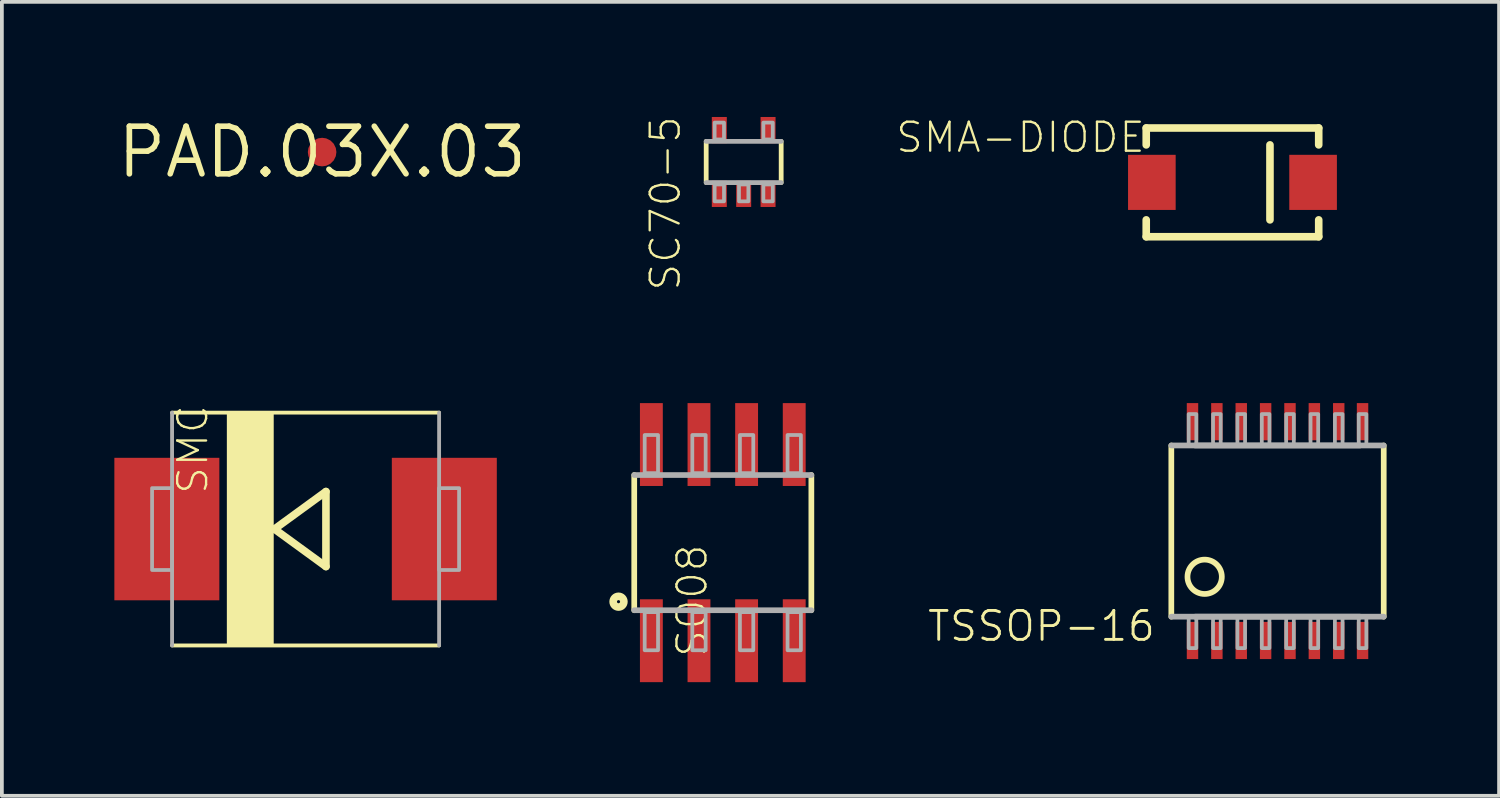
<source format=kicad_pcb>
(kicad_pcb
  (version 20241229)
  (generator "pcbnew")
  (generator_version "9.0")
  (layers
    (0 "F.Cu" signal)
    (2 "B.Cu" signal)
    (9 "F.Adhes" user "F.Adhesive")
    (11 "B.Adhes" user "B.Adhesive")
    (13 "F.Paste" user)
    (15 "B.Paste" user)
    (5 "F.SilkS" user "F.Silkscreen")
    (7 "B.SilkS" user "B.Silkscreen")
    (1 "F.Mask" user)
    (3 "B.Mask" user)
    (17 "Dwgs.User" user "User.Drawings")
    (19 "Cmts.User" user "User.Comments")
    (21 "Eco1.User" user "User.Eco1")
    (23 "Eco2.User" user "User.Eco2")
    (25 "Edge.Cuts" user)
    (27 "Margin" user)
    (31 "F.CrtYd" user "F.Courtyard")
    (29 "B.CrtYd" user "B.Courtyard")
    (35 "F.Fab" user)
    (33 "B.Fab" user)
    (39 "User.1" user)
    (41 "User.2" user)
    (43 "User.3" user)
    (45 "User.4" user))
  (footprint "SMC"
    (layer "F.Cu")
    (at 5.1 11.06)
    (property "Reference" "SMC" (at -3.459 -3.359 270) (layer "F.SilkS") (effects (font (size 0.772 0.772) (thickness 0.062)) (justify right top)))
    (attr through_hole)
    (fp_line (start -3.561 -3.105) (end 3.561 -3.105) (stroke (width 0.102) (type solid)) (layer "F.SilkS"))
    (fp_line (start -3.561 3.105) (end 3.561 3.105) (stroke (width 0.102) (type solid)) (layer "F.SilkS"))
    (fp_line (start -0.83 0) (end 0.543 1) (stroke (width 0.203) (type solid)) (layer "F.SilkS"))
    (fp_line (start 0.543 -1) (end -0.83 0) (stroke (width 0.203) (type solid)) (layer "F.SilkS"))
    (fp_line (start 0.543 1) (end 0.543 -1) (stroke (width 0.203) (type solid)) (layer "F.SilkS"))
    (fp_poly (pts (xy -2.1 3.1) (xy -0.85 3.1) (xy -0.85 -3.1) (xy -2.1 -3.1)) (stroke (width 0) (type solid)) (fill yes) (layer "F.SilkS"))
    (fp_line (start -3.561 3.105) (end -3.561 -3.105) (stroke (width 0.102) (type solid)) (layer "F.Fab"))
    (fp_line (start 3.561 3.105) (end 3.561 -3.105) (stroke (width 0.102) (type solid)) (layer "F.Fab"))
    (fp_poly (pts (xy -4.094 1.092) (xy -3.561 1.092) (xy -3.561 -1.092) (xy -4.094 -1.092)) (stroke (width 0.1) (type solid)) (fill no) (layer "F.Fab"))
    (fp_poly (pts (xy 3.561 1.092) (xy 4.094 1.092) (xy 4.094 -1.092) (xy 3.561 -1.092)) (stroke (width 0.1) (type solid)) (fill no) (layer "F.Fab"))
    (pad "A" smd rect (at 3.7 0) (size 2.8 3.8) (layers "F.Cu" "F.Mask" "F.Paste"))
    (pad "C" smd rect (at -3.7 0) (size 2.8 3.8) (layers "F.Cu" "F.Mask" "F.Paste")))
  (footprint "TSSOP-16"
    (layer "F.Cu")
    (at 27.529 14.924)
    (property "Reference" "TSSOP-16" (at 0.279 -1.727 0) (layer "F.SilkS") (effects (font (size 0.772 0.772) (thickness 0.077)) (justify right top)))
    (attr through_hole)
    (fp_line (start 0.66 -1.527) (end 0.66 -6.093) (stroke (width 0.152) (type solid)) (layer "F.SilkS"))
    (fp_line (start 6.325 -6.093) (end 6.325 -1.527) (stroke (width 0.152) (type solid)) (layer "F.SilkS"))
    (fp_circle (center 1.549 -2.591) (end 2.007 -2.591) (stroke (width 0.152) (type solid)) (fill no) (layer "F.SilkS"))
    (fp_line (start 0.66 -1.527) (end 5.69 -1.527) (stroke (width 0.152) (type solid)) (layer "F.Fab"))
    (fp_line (start 1.295 -1.527) (end 6.325 -1.527) (stroke (width 0.152) (type solid)) (layer "F.Fab"))
    (fp_line (start 5.69 -6.093) (end 0.66 -6.093) (stroke (width 0.152) (type solid)) (layer "F.Fab"))
    (fp_line (start 6.325 -6.093) (end 1.295 -6.093) (stroke (width 0.152) (type solid)) (layer "F.Fab"))
    (fp_poly (pts (xy 1.123 -6.093) (xy 1.327 -6.093) (xy 1.327 -6.931) (xy 1.123 -6.931)) (stroke (width 0.1) (type solid)) (fill no) (layer "F.Fab"))
    (fp_poly (pts (xy 1.123 -0.689) (xy 1.327 -0.689) (xy 1.327 -1.527) (xy 1.123 -1.527)) (stroke (width 0.1) (type solid)) (fill no) (layer "F.Fab"))
    (fp_poly (pts (xy 1.773 -6.093) (xy 1.977 -6.093) (xy 1.977 -6.931) (xy 1.773 -6.931)) (stroke (width 0.1) (type solid)) (fill no) (layer "F.Fab"))
    (fp_poly (pts (xy 1.773 -0.689) (xy 1.977 -0.689) (xy 1.977 -1.527) (xy 1.773 -1.527)) (stroke (width 0.1) (type solid)) (fill no) (layer "F.Fab"))
    (fp_poly (pts (xy 2.423 -6.093) (xy 2.627 -6.093) (xy 2.627 -6.931) (xy 2.423 -6.931)) (stroke (width 0.1) (type solid)) (fill no) (layer "F.Fab"))
    (fp_poly (pts (xy 2.423 -0.689) (xy 2.627 -0.689) (xy 2.627 -1.527) (xy 2.423 -1.527)) (stroke (width 0.1) (type solid)) (fill no) (layer "F.Fab"))
    (fp_poly (pts (xy 3.073 -6.093) (xy 3.277 -6.093) (xy 3.277 -6.931) (xy 3.073 -6.931)) (stroke (width 0.1) (type solid)) (fill no) (layer "F.Fab"))
    (fp_poly (pts (xy 3.073 -0.689) (xy 3.277 -0.689) (xy 3.277 -1.527) (xy 3.073 -1.527)) (stroke (width 0.1) (type solid)) (fill no) (layer "F.Fab"))
    (fp_poly (pts (xy 3.723 -6.093) (xy 3.927 -6.093) (xy 3.927 -6.931) (xy 3.723 -6.931)) (stroke (width 0.1) (type solid)) (fill no) (layer "F.Fab"))
    (fp_poly (pts (xy 3.723 -0.689) (xy 3.927 -0.689) (xy 3.927 -1.527) (xy 3.723 -1.527)) (stroke (width 0.1) (type solid)) (fill no) (layer "F.Fab"))
    (fp_poly (pts (xy 4.373 -6.093) (xy 4.577 -6.093) (xy 4.577 -6.931) (xy 4.373 -6.931)) (stroke (width 0.1) (type solid)) (fill no) (layer "F.Fab"))
    (fp_poly (pts (xy 4.373 -0.689) (xy 4.577 -0.689) (xy 4.577 -1.527) (xy 4.373 -1.527)) (stroke (width 0.1) (type solid)) (fill no) (layer "F.Fab"))
    (fp_poly (pts (xy 5.023 -6.093) (xy 5.227 -6.093) (xy 5.227 -6.931) (xy 5.023 -6.931)) (stroke (width 0.1) (type solid)) (fill no) (layer "F.Fab"))
    (fp_poly (pts (xy 5.023 -0.689) (xy 5.227 -0.689) (xy 5.227 -1.527) (xy 5.023 -1.527)) (stroke (width 0.1) (type solid)) (fill no) (layer "F.Fab"))
    (fp_poly (pts (xy 5.658 -6.093) (xy 5.862 -6.093) (xy 5.862 -6.931) (xy 5.658 -6.931)) (stroke (width 0.1) (type solid)) (fill no) (layer "F.Fab"))
    (fp_poly (pts (xy 5.658 -0.689) (xy 5.862 -0.689) (xy 5.862 -1.527) (xy 5.658 -1.527)) (stroke (width 0.1) (type solid)) (fill no) (layer "F.Fab"))
    (pad "1" smd rect (at 1.225 -0.892) (size 0.305 0.991) (layers "F.Cu" "F.Mask" "F.Paste"))
    (pad "2" smd rect (at 1.875 -0.892) (size 0.305 0.991) (layers "F.Cu" "F.Mask" "F.Paste"))
    (pad "3" smd rect (at 2.525 -0.892) (size 0.305 0.991) (layers "F.Cu" "F.Mask" "F.Paste"))
    (pad "4" smd rect (at 3.175 -0.892) (size 0.305 0.991) (layers "F.Cu" "F.Mask" "F.Paste"))
    (pad "5" smd rect (at 3.825 -0.892) (size 0.305 0.991) (layers "F.Cu" "F.Mask" "F.Paste"))
    (pad "6" smd rect (at 4.475 -0.892) (size 0.305 0.991) (layers "F.Cu" "F.Mask" "F.Paste"))
    (pad "7" smd rect (at 5.125 -0.892) (size 0.305 0.991) (layers "F.Cu" "F.Mask" "F.Paste"))
    (pad "8" smd rect (at 5.76 -0.892) (size 0.305 0.991) (layers "F.Cu" "F.Mask" "F.Paste"))
    (pad "9" smd rect (at 5.76 -6.728) (size 0.305 0.991) (layers "F.Cu" "F.Mask" "F.Paste"))
    (pad "10" smd rect (at 5.125 -6.728) (size 0.305 0.991) (layers "F.Cu" "F.Mask" "F.Paste"))
    (pad "11" smd rect (at 4.475 -6.728) (size 0.305 0.991) (layers "F.Cu" "F.Mask" "F.Paste"))
    (pad "12" smd rect (at 3.825 -6.728) (size 0.305 0.991) (layers "F.Cu" "F.Mask" "F.Paste"))
    (pad "13" smd rect (at 3.175 -6.728) (size 0.305 0.991) (layers "F.Cu" "F.Mask" "F.Paste"))
    (pad "14" smd rect (at 2.525 -6.728) (size 0.305 0.991) (layers "F.Cu" "F.Mask" "F.Paste"))
    (pad "15" smd rect (at 1.875 -6.728) (size 0.305 0.991) (layers "F.Cu" "F.Mask" "F.Paste"))
    (pad "16" smd rect (at 1.225 -6.728) (size 0.305 0.991) (layers "F.Cu" "F.Mask" "F.Paste")))
  (footprint "PAD.03X.03"
    (layer "F.Cu")
    (at 5.541 1.006)
    (property "Reference" "PAD.03X.03" (at 0 0 0) (layer "F.SilkS") (effects (font (size 1.27 1.27) (thickness 0.15))))
    (attr through_hole)
    (pad "P$1" smd roundrect (at 0 0) (size 0.762 0.762) (layers "F.Cu" "F.Mask") (roundrect_rratio 0.5)))
  (footprint "SMA-DIODE"
    (layer "F.Cu")
    (at 29.82 1.814)
    (property "Reference" "SMA-DIODE" (at -2.286 -1.651 180) (layer "F.SilkS") (effects (font (size 0.772 0.772) (thickness 0.062)) (justify right top)))
    (attr through_hole)
    (fp_line (start -2.3 -1.45) (end 2.3 -1.45) (stroke (width 0.203) (type solid)) (layer "F.SilkS"))
    (fp_line (start -2.3 -1) (end -2.3 -1.45) (stroke (width 0.203) (type solid)) (layer "F.SilkS"))
    (fp_line (start -2.3 1.45) (end -2.3 1) (stroke (width 0.203) (type solid)) (layer "F.SilkS"))
    (fp_line (start 1 -1) (end 1 1) (stroke (width 0.203) (type solid)) (layer "F.SilkS"))
    (fp_line (start 2.3 -1.45) (end 2.3 -1) (stroke (width 0.203) (type solid)) (layer "F.SilkS"))
    (fp_line (start 2.3 1) (end 2.3 1.45) (stroke (width 0.203) (type solid)) (layer "F.SilkS"))
    (fp_line (start 2.3 1.45) (end -2.3 1.45) (stroke (width 0.203) (type solid)) (layer "F.SilkS"))
    (pad "A" smd rect (at -2.15 0 180) (size 1.27 1.47) (layers "F.Cu" "F.Mask" "F.Paste"))
    (pad "C" smd rect (at 2.15 0) (size 1.27 1.47) (layers "F.Cu" "F.Mask" "F.Paste")))
  (footprint "SO08"
    (layer "F.Cu")
    (at 16.227 11.422)
    (property "Reference" "SO08" (at -1.27 0 90) (layer "F.SilkS") (effects (font (size 0.772 0.772) (thickness 0.062)) (justify right top)))
    (attr through_hole)
    (fp_line (start -2.362 -1.803) (end -2.362 1.803) (stroke (width 0.152) (type solid)) (layer "F.SilkS"))
    (fp_line (start 2.362 1.803) (end 2.362 -1.803) (stroke (width 0.152) (type solid)) (layer "F.SilkS"))
    (fp_circle (center -2.781 1.575) (end -2.638 1.575) (stroke (width 0.203) (type solid)) (fill no) (layer "F.SilkS"))
    (fp_line (start -2.362 1.803) (end 2.362 1.803) (stroke (width 0.152) (type solid)) (layer "F.Fab"))
    (fp_line (start 2.362 -1.803) (end -2.362 -1.803) (stroke (width 0.152) (type solid)) (layer "F.Fab"))
    (fp_poly (pts (xy -2.083 -1.854) (xy -1.727 -1.854) (xy -1.727 -2.87) (xy -2.083 -2.87)) (stroke (width 0.1) (type solid)) (fill no) (layer "F.Fab"))
    (fp_poly (pts (xy -2.083 2.87) (xy -1.727 2.87) (xy -1.727 1.854) (xy -2.083 1.854)) (stroke (width 0.1) (type solid)) (fill no) (layer "F.Fab"))
    (fp_poly (pts (xy -0.813 -1.854) (xy -0.457 -1.854) (xy -0.457 -2.87) (xy -0.813 -2.87)) (stroke (width 0.1) (type solid)) (fill no) (layer "F.Fab"))
    (fp_poly (pts (xy -0.813 2.87) (xy -0.457 2.87) (xy -0.457 1.854) (xy -0.813 1.854)) (stroke (width 0.1) (type solid)) (fill no) (layer "F.Fab"))
    (fp_poly (pts (xy 0.457 -1.854) (xy 0.813 -1.854) (xy 0.813 -2.87) (xy 0.457 -2.87)) (stroke (width 0.1) (type solid)) (fill no) (layer "F.Fab"))
    (fp_poly (pts (xy 0.457 2.87) (xy 0.813 2.87) (xy 0.813 1.854) (xy 0.457 1.854)) (stroke (width 0.1) (type solid)) (fill no) (layer "F.Fab"))
    (fp_poly (pts (xy 1.727 -1.854) (xy 2.083 -1.854) (xy 2.083 -2.87) (xy 1.727 -2.87)) (stroke (width 0.1) (type solid)) (fill no) (layer "F.Fab"))
    (fp_poly (pts (xy 1.727 2.87) (xy 2.083 2.87) (xy 2.083 1.854) (xy 1.727 1.854)) (stroke (width 0.1) (type solid)) (fill no) (layer "F.Fab"))
    (pad "1" smd rect (at -1.905 2.616) (size 0.61 2.21) (layers "F.Cu" "F.Mask" "F.Paste"))
    (pad "2" smd rect (at -0.635 2.616) (size 0.61 2.21) (layers "F.Cu" "F.Mask" "F.Paste"))
    (pad "3" smd rect (at 0.635 2.616) (size 0.61 2.21) (layers "F.Cu" "F.Mask" "F.Paste"))
    (pad "4" smd rect (at 1.905 2.616) (size 0.61 2.21) (layers "F.Cu" "F.Mask" "F.Paste"))
    (pad "5" smd rect (at 1.905 -2.616) (size 0.61 2.21) (layers "F.Cu" "F.Mask" "F.Paste"))
    (pad "6" smd rect (at 0.635 -2.616) (size 0.61 2.21) (layers "F.Cu" "F.Mask" "F.Paste"))
    (pad "7" smd rect (at -0.635 -2.616) (size 0.61 2.21) (layers "F.Cu" "F.Mask" "F.Paste"))
    (pad "8" smd rect (at -1.905 -2.616) (size 0.61 2.21) (layers "F.Cu" "F.Mask" "F.Paste")))
  (footprint "SC70-5"
    (layer "F.Cu")
    (at 16.784 1.27)
    (property "Reference" "SC70-5" (at -2.54 -1.27 90) (layer "F.SilkS") (effects (font (size 0.772 0.772) (thickness 0.062)) (justify right top)))
    (attr through_hole)
    (fp_line (start -1 -0.55) (end -1 0.55) (stroke (width 0.127) (type solid)) (layer "F.SilkS"))
    (fp_line (start 1 0.55) (end 1 -0.55) (stroke (width 0.127) (type solid)) (layer "F.SilkS"))
    (fp_line (start -1 0.55) (end 1 0.55) (stroke (width 0.127) (type solid)) (layer "F.Fab"))
    (fp_line (start 1 -0.55) (end -1 -0.55) (stroke (width 0.127) (type solid)) (layer "F.Fab"))
    (fp_poly (pts (xy -0.775 -0.6) (xy -0.525 -0.6) (xy -0.525 -1.05) (xy -0.775 -1.05)) (stroke (width 0.1) (type solid)) (fill no) (layer "F.Fab"))
    (fp_poly (pts (xy -0.775 1.05) (xy -0.525 1.05) (xy -0.525 0.6) (xy -0.775 0.6)) (stroke (width 0.1) (type solid)) (fill no) (layer "F.Fab"))
    (fp_poly (pts (xy -0.125 1.05) (xy 0.125 1.05) (xy 0.125 0.6) (xy -0.125 0.6)) (stroke (width 0.1) (type solid)) (fill no) (layer "F.Fab"))
    (fp_poly (pts (xy 0.525 -0.6) (xy 0.775 -0.6) (xy 0.775 -1.05) (xy 0.525 -1.05)) (stroke (width 0.1) (type solid)) (fill no) (layer "F.Fab"))
    (fp_poly (pts (xy 0.525 1.05) (xy 0.775 1.05) (xy 0.775 0.6) (xy 0.525 0.6)) (stroke (width 0.1) (type solid)) (fill no) (layer "F.Fab"))
    (pad "1" smd rect (at -0.65 0.85) (size 0.4 0.7) (layers "F.Cu" "F.Mask" "F.Paste"))
    (pad "2" smd rect (at 0 0.85) (size 0.4 0.7) (layers "F.Cu" "F.Mask" "F.Paste"))
    (pad "3" smd rect (at 0.65 0.85) (size 0.4 0.7) (layers "F.Cu" "F.Mask" "F.Paste"))
    (pad "4" smd rect (at 0.65 -0.85) (size 0.4 0.7) (layers "F.Cu" "F.Mask" "F.Paste"))
    (pad "5" smd rect (at -0.65 -0.85) (size 0.4 0.7) (layers "F.Cu" "F.Mask" "F.Paste")))
  (gr_rect
    (start -3 -3)
    (end 36.93 18.174)
    (stroke (width 0.1) (type default))
    (fill no)
    (layer "Edge.Cuts")))
</source>
